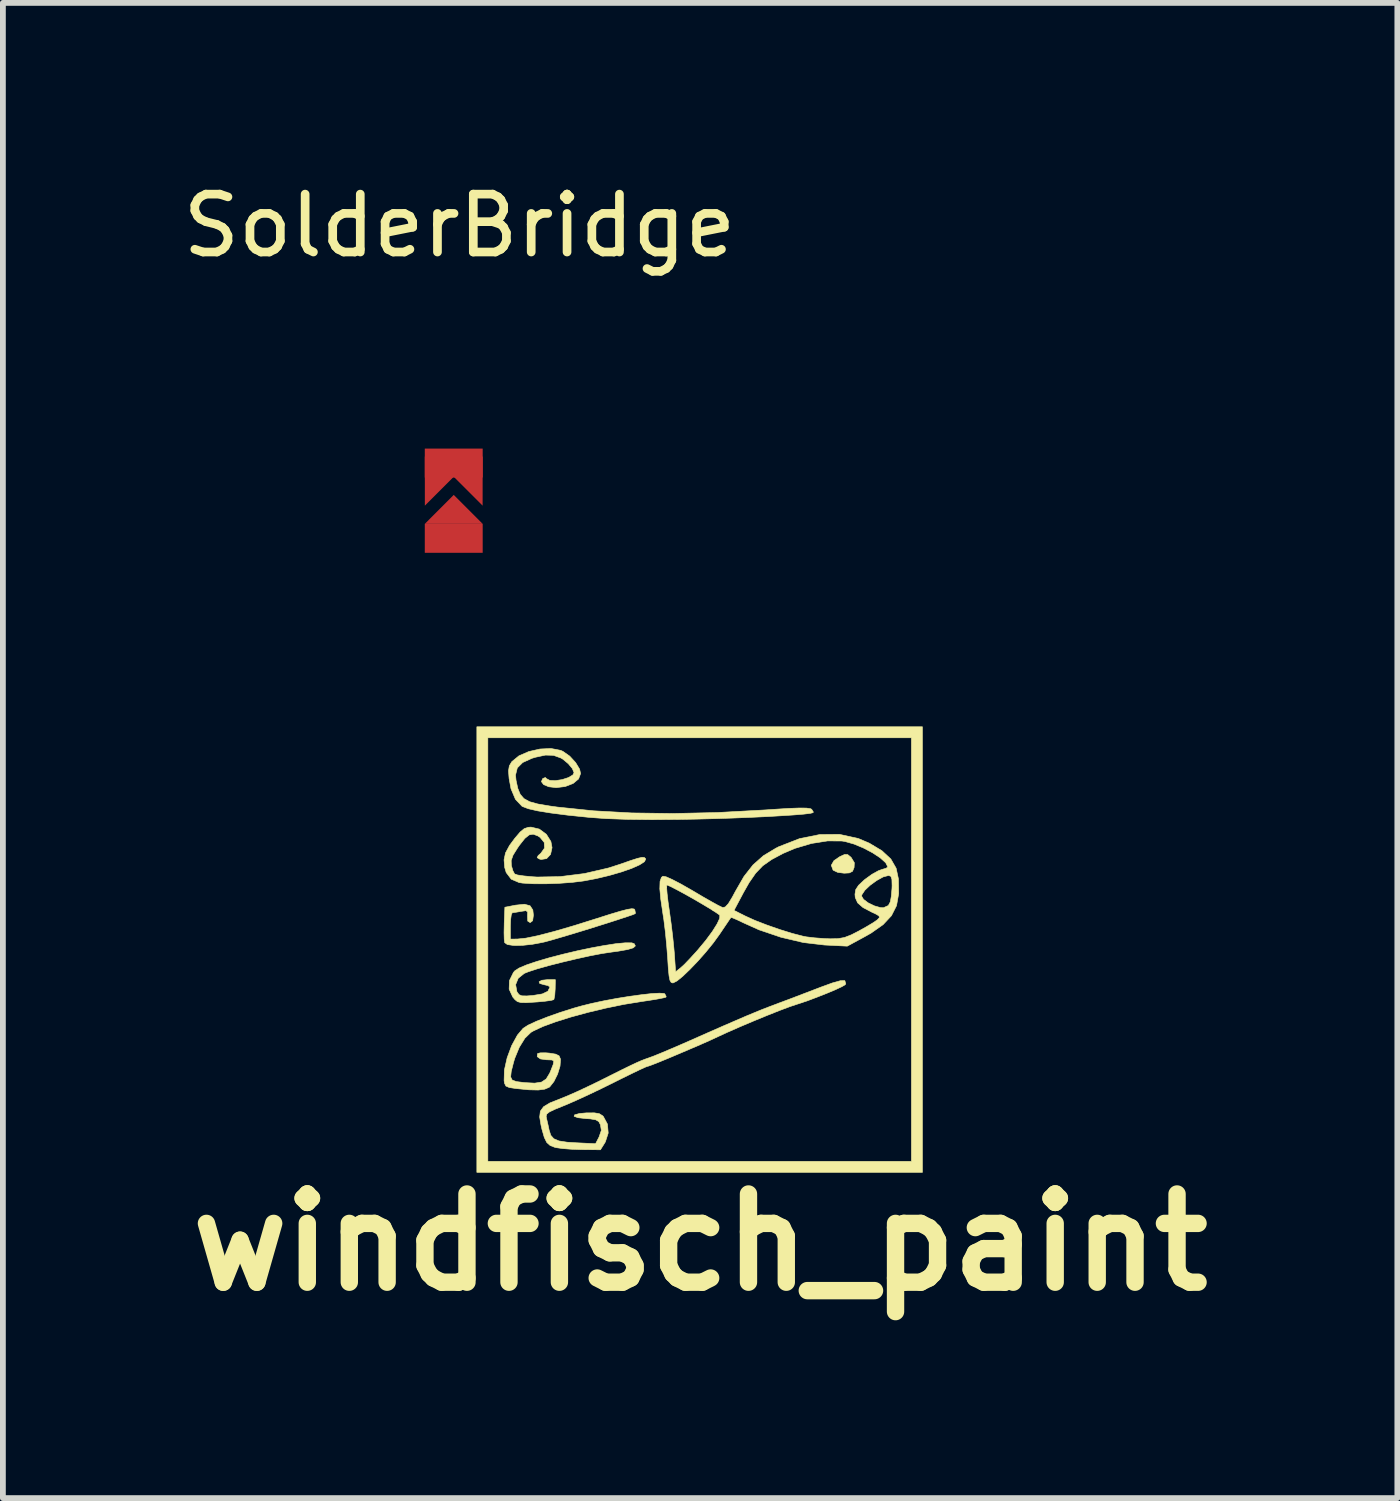
<source format=kicad_pcb>
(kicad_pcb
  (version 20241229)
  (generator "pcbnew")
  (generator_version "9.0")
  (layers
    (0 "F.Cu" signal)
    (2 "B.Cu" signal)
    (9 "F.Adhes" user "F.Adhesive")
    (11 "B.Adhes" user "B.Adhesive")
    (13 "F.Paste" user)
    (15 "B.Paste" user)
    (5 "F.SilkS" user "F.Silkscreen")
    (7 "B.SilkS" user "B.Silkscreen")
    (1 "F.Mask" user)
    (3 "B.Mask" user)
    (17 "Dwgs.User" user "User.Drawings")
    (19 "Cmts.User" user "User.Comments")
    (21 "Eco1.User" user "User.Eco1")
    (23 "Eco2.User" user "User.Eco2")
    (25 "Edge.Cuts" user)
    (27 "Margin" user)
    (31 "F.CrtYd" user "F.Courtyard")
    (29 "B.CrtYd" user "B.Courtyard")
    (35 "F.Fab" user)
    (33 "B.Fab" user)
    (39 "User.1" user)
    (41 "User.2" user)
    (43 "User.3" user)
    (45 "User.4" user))
  (footprint "SolderBridge"
    (layer "F.Cu")
    (at 4.887 0.348)
    (property "Reference" "SolderBridge" (at 0 0.5 0) (layer "F.SilkS") (effects (font (size 1 1) (thickness 0.15))))
    (attr through_hole)
    (pad "1" smd trapezoid (at -0.1 5.4) (size 0.5 0.5) (rect_delta 0 0.499) (layers "F.Cu" "F.Mask" "F.Paste"))
    (pad "1" smd rect (at -0.1 5.9) (size 1 0.5) (layers "F.Cu" "F.Mask" "F.Paste"))
    (pad "2" smd trapezoid (at -0.387 4.7 45) (size 0.6 0.6) (rect_delta 0 0.599) (layers "F.Cu" "F.Mask" "F.Paste"))
    (pad "2" smd rect (at -0.1 4.6) (size 1 0.5) (layers "F.Cu" "F.Mask" "F.Paste"))
    (pad "2" smd trapezoid (at 0.187 4.7 315) (size 0.6 0.6) (rect_delta 0 0.599) (layers "F.Cu" "F.Mask" "F.Paste")))
  (footprint "windfisch_paint"
    (layer "F.Cu")
    (at 9.053 13.332)
    (property "Reference" "windfisch_paint" (at -0.01 5.075 0) (layer "F.SilkS") (effects (font (size 1.524 1.524) (thickness 0.3))))
    (attr through_hole)
    (fp_poly (pts (xy 3.829 3.867) (xy -3.867 3.867) (xy -3.867 -3.639) (xy -3.677 -3.639) (xy -3.677 3.677) (xy 3.639 3.677) (xy 3.639 -3.639) (xy -3.677 -3.639) (xy -3.867 -3.639) (xy -3.867 -3.829) (xy 3.829 -3.829) (xy 3.829 3.867)) (stroke (width 0.01) (type solid)) (fill yes) (layer "F.SilkS"))
    (fp_poly (pts (xy 2.538 -1.622) (xy 2.592 -1.578) (xy 2.598 -1.572) (xy 2.653 -1.482) (xy 2.649 -1.398) (xy 2.622 -1.333) (xy 2.567 -1.305) (xy 2.478 -1.3) (xy 2.367 -1.314) (xy 2.291 -1.35) (xy 2.285 -1.356) (xy 2.255 -1.437) (xy 2.301 -1.517) (xy 2.402 -1.586) (xy 2.486 -1.624) (xy 2.538 -1.622)) (stroke (width 0.01) (type solid)) (fill yes) (layer "F.SilkS"))
    (fp_poly (pts (xy -2.948 -0.738) (xy -2.9 -0.665) (xy -2.89 -0.575) (xy -2.903 -0.479) (xy -2.945 -0.447) (xy -2.947 -0.447) (xy -2.988 -0.473) (xy -2.992 -0.556) (xy -2.99 -0.63) (xy -3.019 -0.653) (xy -3.101 -0.641) (xy -3.194 -0.625) (xy -3.254 -0.617) (xy -3.255 -0.617) (xy -3.272 -0.583) (xy -3.284 -0.493) (xy -3.288 -0.39) (xy -3.288 -0.162) (xy -3.165 -0.163) (xy -3.021 -0.178) (xy -2.808 -0.222) (xy -2.528 -0.295) (xy -2.182 -0.396) (xy -1.797 -0.517) (xy -1.561 -0.592) (xy -1.387 -0.644) (xy -1.267 -0.675) (xy -1.191 -0.687) (xy -1.151 -0.682) (xy -1.139 -0.669) (xy -1.128 -0.613) (xy -1.132 -0.601) (xy -1.175 -0.583) (xy -1.278 -0.548) (xy -1.427 -0.499) (xy -1.61 -0.44) (xy -1.814 -0.376) (xy -2.026 -0.31) (xy -2.233 -0.247) (xy -2.422 -0.191) (xy -2.579 -0.145) (xy -2.693 -0.114) (xy -2.719 -0.108) (xy -2.908 -0.072) (xy -3.085 -0.053) (xy -3.234 -0.052) (xy -3.34 -0.068) (xy -3.386 -0.1) (xy -3.394 -0.161) (xy -3.397 -0.274) (xy -3.394 -0.416) (xy -3.394 -0.431) (xy -3.383 -0.712) (xy -3.199 -0.748) (xy -3.045 -0.764) (xy -2.948 -0.738)) (stroke (width 0.01) (type solid)) (fill yes) (layer "F.SilkS"))
    (fp_poly (pts (xy -1.19 -0.097) (xy -1.148 -0.082) (xy -1.129 -0.044) (xy -1.165 -0.011) (xy -1.261 0.018) (xy -1.425 0.047) (xy -1.537 0.062) (xy -1.71 0.088) (xy -1.923 0.129) (xy -2.157 0.181) (xy -2.397 0.238) (xy -2.625 0.296) (xy -2.824 0.352) (xy -2.977 0.402) (xy -3.047 0.43) (xy -3.152 0.514) (xy -3.197 0.625) (xy -3.175 0.746) (xy -3.171 0.753) (xy -3.139 0.797) (xy -3.091 0.818) (xy -3.004 0.82) (xy -2.899 0.812) (xy -2.736 0.785) (xy -2.64 0.739) (xy -2.606 0.67) (xy -2.606 0.665) (xy -2.638 0.641) (xy -2.701 0.627) (xy -2.78 0.605) (xy -2.792 0.575) (xy -2.744 0.549) (xy -2.653 0.539) (xy -2.511 0.539) (xy -2.514 0.7) (xy -2.521 0.805) (xy -2.534 0.873) (xy -2.539 0.884) (xy -2.585 0.897) (xy -2.687 0.911) (xy -2.825 0.924) (xy -2.861 0.926) (xy -3.012 0.936) (xy -3.106 0.934) (xy -3.166 0.918) (xy -3.209 0.883) (xy -3.247 0.838) (xy -3.309 0.703) (xy -3.304 0.555) (xy -3.235 0.414) (xy -3.211 0.386) (xy -3.137 0.338) (xy -3.004 0.282) (xy -2.825 0.222) (xy -2.613 0.16) (xy -2.378 0.099) (xy -2.133 0.041) (xy -1.891 -0.01) (xy -1.664 -0.052) (xy -1.463 -0.083) (xy -1.301 -0.098) (xy -1.19 -0.097)) (stroke (width 0.01) (type solid)) (fill yes) (layer "F.SilkS"))
    (fp_poly (pts (xy -2.788 -2.062) (xy -2.667 -1.973) (xy -2.588 -1.848) (xy -2.568 -1.741) (xy -2.594 -1.624) (xy -2.662 -1.552) (xy -2.757 -1.537) (xy -2.789 -1.546) (xy -2.825 -1.569) (xy -2.808 -1.604) (xy -2.762 -1.644) (xy -2.698 -1.734) (xy -2.703 -1.831) (xy -2.775 -1.919) (xy -2.815 -1.945) (xy -2.894 -1.974) (xy -2.963 -1.962) (xy -3.038 -1.901) (xy -3.131 -1.784) (xy -3.166 -1.733) (xy -3.242 -1.611) (xy -3.274 -1.519) (xy -3.271 -1.435) (xy -3.271 -1.434) (xy -3.244 -1.342) (xy -3.214 -1.286) (xy -3.163 -1.269) (xy -3.055 -1.253) (xy -2.909 -1.239) (xy -2.826 -1.234) (xy -2.43 -1.241) (xy -2.009 -1.294) (xy -1.594 -1.39) (xy -1.392 -1.455) (xy -1.212 -1.518) (xy -1.09 -1.557) (xy -1.015 -1.574) (xy -0.973 -1.571) (xy -0.953 -1.551) (xy -0.95 -1.544) (xy -0.972 -1.499) (xy -1.057 -1.444) (xy -1.194 -1.383) (xy -1.372 -1.321) (xy -1.58 -1.261) (xy -1.806 -1.207) (xy -2.018 -1.167) (xy -2.217 -1.142) (xy -2.446 -1.125) (xy -2.681 -1.117) (xy -2.899 -1.118) (xy -3.076 -1.129) (xy -3.136 -1.138) (xy -3.273 -1.197) (xy -3.36 -1.312) (xy -3.386 -1.399) (xy -3.397 -1.531) (xy -3.372 -1.65) (xy -3.302 -1.78) (xy -3.211 -1.903) (xy -3.119 -2.011) (xy -3.048 -2.07) (xy -2.978 -2.093) (xy -2.931 -2.096) (xy -2.788 -2.062)) (stroke (width 0.01) (type solid)) (fill yes) (layer "F.SilkS"))
    (fp_poly (pts (xy -0.635 0.777) (xy -0.621 0.783) (xy -0.597 0.828) (xy -0.601 0.841) (xy -0.644 0.853) (xy -0.746 0.873) (xy -0.891 0.897) (xy -1.034 0.918) (xy -1.333 0.967) (xy -1.643 1.031) (xy -1.952 1.105) (xy -2.245 1.185) (xy -2.509 1.268) (xy -2.73 1.349) (xy -2.894 1.426) (xy -2.933 1.449) (xy -3.037 1.55) (xy -3.134 1.707) (xy -3.213 1.899) (xy -3.234 1.971) (xy -3.273 2.124) (xy -3.283 2.219) (xy -3.257 2.272) (xy -3.185 2.299) (xy -3.059 2.315) (xy -3.041 2.317) (xy -2.868 2.326) (xy -2.75 2.308) (xy -2.669 2.254) (xy -2.609 2.155) (xy -2.591 2.113) (xy -2.548 2.003) (xy -2.538 1.946) (xy -2.567 1.926) (xy -2.642 1.923) (xy -2.66 1.923) (xy -2.769 1.908) (xy -2.824 1.868) (xy -2.819 1.816) (xy -2.773 1.803) (xy -2.679 1.802) (xy -2.617 1.807) (xy -2.505 1.825) (xy -2.447 1.854) (xy -2.424 1.906) (xy -2.422 1.918) (xy -2.43 2.032) (xy -2.472 2.169) (xy -2.536 2.299) (xy -2.607 2.389) (xy -2.617 2.397) (xy -2.694 2.43) (xy -2.807 2.445) (xy -2.971 2.441) (xy -3.193 2.419) (xy -3.306 2.402) (xy -3.365 2.376) (xy -3.389 2.328) (xy -3.396 2.283) (xy -3.391 2.099) (xy -3.344 1.889) (xy -3.266 1.679) (xy -3.166 1.496) (xy -3.068 1.38) (xy -2.983 1.325) (xy -2.837 1.257) (xy -2.646 1.182) (xy -2.423 1.103) (xy -2.181 1.027) (xy -2.056 0.992) (xy -1.875 0.947) (xy -1.667 0.903) (xy -1.447 0.862) (xy -1.229 0.827) (xy -1.025 0.799) (xy -0.848 0.779) (xy -0.714 0.772) (xy -0.635 0.777)) (stroke (width 0.01) (type solid)) (fill yes) (layer "F.SilkS"))
    (fp_poly (pts (xy -2.42 -3.422) (xy -2.381 -3.405) (xy -2.263 -3.322) (xy -2.161 -3.211) (xy -2.092 -3.097) (xy -2.075 -3.021) (xy -2.11 -2.928) (xy -2.204 -2.85) (xy -2.341 -2.797) (xy -2.497 -2.778) (xy -2.624 -2.793) (xy -2.713 -2.83) (xy -2.752 -2.881) (xy -2.729 -2.935) (xy -2.683 -2.953) (xy -2.664 -2.933) (xy -2.607 -2.903) (xy -2.509 -2.899) (xy -2.393 -2.917) (xy -2.285 -2.952) (xy -2.209 -2.997) (xy -2.188 -3.036) (xy -2.217 -3.107) (xy -2.288 -3.192) (xy -2.379 -3.268) (xy -2.416 -3.29) (xy -2.543 -3.336) (xy -2.682 -3.34) (xy -2.854 -3.303) (xy -2.914 -3.285) (xy -3.075 -3.212) (xy -3.168 -3.119) (xy -3.199 -2.995) (xy -3.19 -2.905) (xy -3.16 -2.766) (xy -3.118 -2.663) (xy -3.054 -2.589) (xy -2.956 -2.535) (xy -2.811 -2.495) (xy -2.609 -2.461) (xy -2.473 -2.442) (xy -1.855 -2.378) (xy -1.193 -2.341) (xy -0.482 -2.331) (xy 0.286 -2.348) (xy 1.117 -2.393) (xy 1.262 -2.403) (xy 1.514 -2.419) (xy 1.699 -2.426) (xy 1.823 -2.425) (xy 1.895 -2.415) (xy 1.916 -2.404) (xy 1.944 -2.359) (xy 1.941 -2.346) (xy 1.893 -2.334) (xy 1.778 -2.32) (xy 1.607 -2.306) (xy 1.389 -2.292) (xy 1.132 -2.277) (xy 0.848 -2.264) (xy 0.546 -2.252) (xy 0.234 -2.242) (xy -0.077 -2.234) (xy -0.35 -2.229) (xy -0.844 -2.225) (xy -1.274 -2.23) (xy -1.636 -2.243) (xy -1.923 -2.264) (xy -2.293 -2.302) (xy -2.59 -2.34) (xy -2.818 -2.377) (xy -2.979 -2.414) (xy -3.078 -2.452) (xy -3.088 -2.458) (xy -3.2 -2.576) (xy -3.277 -2.758) (xy -3.31 -2.936) (xy -3.32 -3.068) (xy -3.306 -3.154) (xy -3.264 -3.225) (xy -3.261 -3.228) (xy -3.14 -3.327) (xy -2.97 -3.401) (xy -2.777 -3.445) (xy -2.586 -3.454) (xy -2.42 -3.422)) (stroke (width 0.01) (type solid)) (fill yes) (layer "F.SilkS"))
    (fp_poly (pts (xy 2.49 0.558) (xy 2.505 0.611) (xy 2.492 0.628) (xy 2.435 0.661) (xy 2.326 0.712) (xy 2.181 0.773) (xy 2.019 0.837) (xy 1.858 0.898) (xy 1.717 0.946) (xy 1.661 0.964) (xy 1.535 1.006) (xy 1.357 1.073) (xy 1.143 1.158) (xy 0.91 1.254) (xy 0.674 1.354) (xy 0.453 1.451) (xy 0.295 1.524) (xy 0.157 1.588) (xy -0.012 1.663) (xy -0.199 1.743) (xy -0.389 1.824) (xy -0.569 1.9) (xy -0.725 1.964) (xy -0.844 2.011) (xy -0.912 2.035) (xy -0.922 2.036) (xy -0.964 2.053) (xy -1.062 2.098) (xy -1.203 2.166) (xy -1.376 2.251) (xy -1.504 2.315) (xy -1.721 2.422) (xy -1.943 2.528) (xy -2.15 2.623) (xy -2.319 2.697) (xy -2.371 2.718) (xy -2.521 2.779) (xy -2.613 2.823) (xy -2.658 2.859) (xy -2.67 2.897) (xy -2.663 2.937) (xy -2.637 3.049) (xy -2.618 3.139) (xy -2.59 3.227) (xy -2.538 3.286) (xy -2.449 3.324) (xy -2.308 3.346) (xy -2.15 3.356) (xy -1.816 3.372) (xy -1.756 3.256) (xy -1.717 3.142) (xy -1.732 3.045) (xy -1.762 2.989) (xy -1.814 2.959) (xy -1.909 2.943) (xy -1.979 2.939) (xy -2.12 2.923) (xy -2.187 2.899) (xy -2.179 2.874) (xy -2.097 2.851) (xy -1.978 2.84) (xy -1.839 2.839) (xy -1.753 2.853) (xy -1.695 2.889) (xy -1.682 2.902) (xy -1.611 3.034) (xy -1.598 3.188) (xy -1.647 3.34) (xy -1.655 3.354) (xy -1.732 3.477) (xy -2.065 3.474) (xy -2.233 3.468) (xy -2.386 3.456) (xy -2.498 3.44) (xy -2.519 3.435) (xy -2.601 3.403) (xy -2.659 3.351) (xy -2.702 3.264) (xy -2.742 3.125) (xy -2.759 3.051) (xy -2.782 2.911) (xy -2.77 2.81) (xy -2.715 2.734) (xy -2.606 2.668) (xy -2.442 2.603) (xy -2.311 2.55) (xy -2.138 2.474) (xy -1.946 2.384) (xy -1.79 2.309) (xy -1.544 2.186) (xy -1.356 2.092) (xy -1.214 2.023) (xy -1.108 1.973) (xy -1.028 1.938) (xy -0.964 1.913) (xy -0.904 1.892) (xy -0.89 1.887) (xy -0.806 1.856) (xy -0.669 1.8) (xy -0.494 1.726) (xy -0.297 1.641) (xy -0.188 1.593) (xy 0.133 1.451) (xy 0.395 1.336) (xy 0.61 1.243) (xy 0.786 1.167) (xy 0.936 1.105) (xy 1.068 1.051) (xy 1.195 1.002) (xy 1.326 0.953) (xy 1.337 0.948) (xy 1.542 0.872) (xy 1.777 0.782) (xy 2.002 0.696) (xy 2.075 0.668) (xy 2.275 0.595) (xy 2.411 0.557) (xy 2.483 0.554) (xy 2.49 0.558)) (stroke (width 0.01) (type solid)) (fill yes) (layer "F.SilkS"))
    (fp_poly (pts (xy 2.723 -1.899) (xy 2.911 -1.819) (xy 3.131 -1.687) (xy 3.283 -1.546) (xy 3.375 -1.386) (xy 3.415 -1.2) (xy 3.419 -0.948) (xy 3.382 -0.74) (xy 3.294 -0.566) (xy 3.15 -0.412) (xy 2.941 -0.265) (xy 2.822 -0.198) (xy 2.531 -0.04) (xy 2.133 -0.06) (xy 1.771 -0.103) (xy 1.385 -0.194) (xy 1.007 -0.322) (xy 0.736 -0.444) (xy 0.627 -0.496) (xy 0.549 -0.529) (xy 0.522 -0.535) (xy 0.497 -0.5) (xy 0.441 -0.417) (xy 0.362 -0.3) (xy 0.32 -0.238) (xy 0.214 -0.092) (xy 0.087 0.064) (xy -0.05 0.219) (xy -0.186 0.361) (xy -0.309 0.479) (xy -0.41 0.561) (xy -0.477 0.595) (xy -0.482 0.596) (xy -0.511 0.586) (xy -0.532 0.55) (xy -0.547 0.474) (xy -0.56 0.346) (xy -0.571 0.169) (xy -0.588 -0.05) (xy -0.611 -0.287) (xy -0.638 -0.503) (xy -0.653 -0.598) (xy -0.69 -0.849) (xy -0.707 -1.032) (xy -0.706 -1.052) (xy -0.589 -1.052) (xy -0.581 -0.949) (xy -0.564 -0.804) (xy -0.543 -0.657) (xy -0.513 -0.443) (xy -0.485 -0.215) (xy -0.464 -0.008) (xy -0.456 0.082) (xy -0.434 0.403) (xy -0.349 0.336) (xy -0.284 0.277) (xy -0.189 0.178) (xy -0.08 0.059) (xy -0.05 0.025) (xy 0.088 -0.141) (xy 0.201 -0.294) (xy 0.283 -0.425) (xy 0.328 -0.522) (xy 0.329 -0.575) (xy 0.327 -0.577) (xy 0.266 -0.62) (xy 0.206 -0.658) (xy 0.575 -0.658) (xy 0.77 -0.56) (xy 0.935 -0.485) (xy 1.142 -0.405) (xy 1.365 -0.327) (xy 1.581 -0.26) (xy 1.763 -0.213) (xy 1.822 -0.201) (xy 1.964 -0.184) (xy 2.134 -0.171) (xy 2.236 -0.167) (xy 2.373 -0.17) (xy 2.484 -0.19) (xy 2.602 -0.236) (xy 2.729 -0.301) (xy 2.863 -0.376) (xy 2.977 -0.444) (xy 3.048 -0.493) (xy 3.053 -0.497) (xy 3.087 -0.534) (xy 3.077 -0.564) (xy 3.013 -0.601) (xy 2.959 -0.625) (xy 2.803 -0.707) (xy 2.71 -0.788) (xy 2.669 -0.88) (xy 2.667 -0.905) (xy 2.778 -0.905) (xy 2.811 -0.849) (xy 2.892 -0.788) (xy 2.999 -0.736) (xy 3.104 -0.706) (xy 3.155 -0.703) (xy 3.241 -0.742) (xy 3.275 -0.807) (xy 3.292 -0.903) (xy 3.303 -1.033) (xy 3.305 -1.082) (xy 3.302 -1.193) (xy 3.284 -1.247) (xy 3.245 -1.26) (xy 3.242 -1.26) (xy 3.151 -1.236) (xy 3.039 -1.174) (xy 2.926 -1.092) (xy 2.834 -1.005) (xy 2.783 -0.928) (xy 2.778 -0.905) (xy 2.667 -0.905) (xy 2.664 -0.936) (xy 2.677 -1.016) (xy 2.726 -1.091) (xy 2.823 -1.182) (xy 2.843 -1.198) (xy 2.958 -1.281) (xy 3.068 -1.342) (xy 3.127 -1.364) (xy 3.203 -1.386) (xy 3.231 -1.409) (xy 3.195 -1.48) (xy 3.102 -1.564) (xy 2.969 -1.652) (xy 2.812 -1.735) (xy 2.649 -1.803) (xy 2.494 -1.847) (xy 2.44 -1.856) (xy 2.193 -1.858) (xy 1.914 -1.814) (xy 1.627 -1.729) (xy 1.423 -1.642) (xy 1.224 -1.536) (xy 1.072 -1.429) (xy 0.949 -1.301) (xy 0.835 -1.136) (xy 0.738 -0.965) (xy 0.575 -0.658) (xy 0.206 -0.658) (xy 0.161 -0.687) (xy 0.027 -0.767) (xy -0.122 -0.854) (xy -0.271 -0.938) (xy -0.406 -1.011) (xy -0.512 -1.066) (xy -0.575 -1.094) (xy -0.585 -1.096) (xy -0.589 -1.052) (xy -0.706 -1.052) (xy -0.703 -1.157) (xy -0.679 -1.228) (xy -0.653 -1.248) (xy -0.598 -1.238) (xy -0.492 -1.191) (xy -0.344 -1.114) (xy -0.165 -1.012) (xy -0.139 -0.997) (xy 0.031 -0.896) (xy 0.182 -0.81) (xy 0.3 -0.745) (xy 0.372 -0.71) (xy 0.382 -0.707) (xy 0.424 -0.717) (xy 0.477 -0.774) (xy 0.545 -0.886) (xy 0.598 -0.985) (xy 0.747 -1.244) (xy 0.903 -1.443) (xy 1.081 -1.601) (xy 1.298 -1.732) (xy 1.347 -1.757) (xy 1.709 -1.898) (xy 2.062 -1.969) (xy 2.401 -1.97) (xy 2.723 -1.899)) (stroke (width 0.01) (type solid)) (fill yes) (layer "F.SilkS")))
  (gr_rect
    (start -3 -3)
    (end 21.085 22.825)
    (stroke (width 0.1) (type default))
    (fill no)
    (layer "Edge.Cuts")))
</source>
